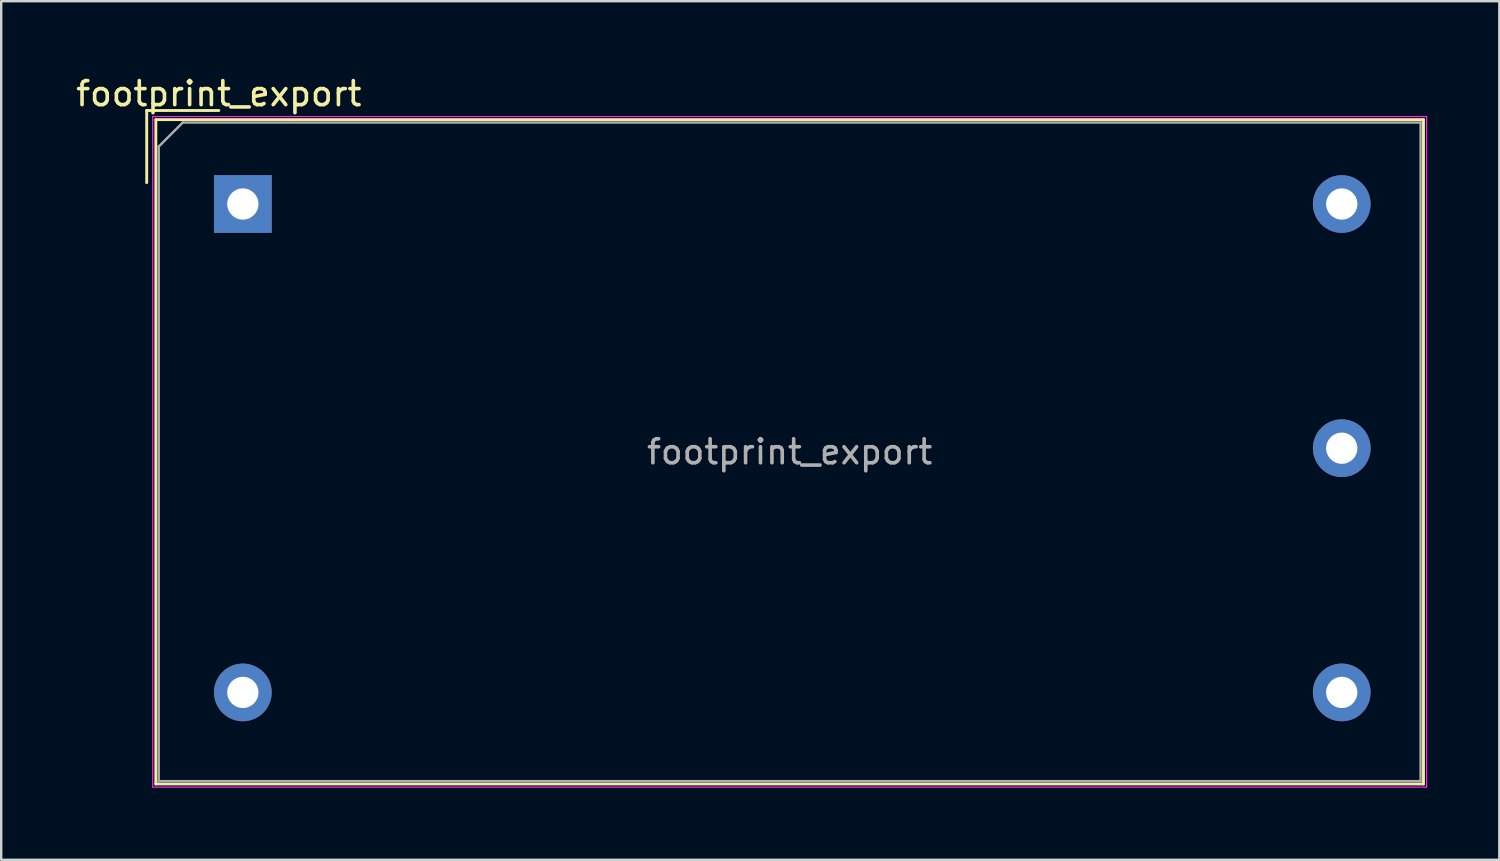
<source format=kicad_pcb>
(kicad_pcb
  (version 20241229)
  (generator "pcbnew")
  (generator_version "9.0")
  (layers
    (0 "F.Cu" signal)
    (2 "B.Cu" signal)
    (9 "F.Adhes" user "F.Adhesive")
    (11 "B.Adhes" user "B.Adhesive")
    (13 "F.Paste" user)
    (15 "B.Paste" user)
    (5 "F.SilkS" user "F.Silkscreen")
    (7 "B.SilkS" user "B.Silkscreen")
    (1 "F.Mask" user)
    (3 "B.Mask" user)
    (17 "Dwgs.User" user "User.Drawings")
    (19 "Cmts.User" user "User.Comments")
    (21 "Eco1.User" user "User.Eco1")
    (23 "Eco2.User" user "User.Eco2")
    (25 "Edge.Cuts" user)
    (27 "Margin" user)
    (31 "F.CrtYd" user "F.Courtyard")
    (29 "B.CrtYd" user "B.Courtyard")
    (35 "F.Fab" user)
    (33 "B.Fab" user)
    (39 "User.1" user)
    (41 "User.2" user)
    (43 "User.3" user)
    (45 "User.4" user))
  (footprint "footprint_export"
    (layer "F.Cu")
    (at 7.054 5.438)
    (property "Reference" "footprint_export" (at -1 -4.59 0) (layer "F.SilkS") (effects (font (size 1 1) (thickness 0.15))))
    (attr through_hole)
    (fp_line (start -4 -3.89) (end -1 -3.89) (stroke (width 0.12) (type solid)) (layer "F.SilkS"))
    (fp_line (start -4 -0.89) (end -4 -3.89) (stroke (width 0.12) (type solid)) (layer "F.SilkS"))
    (fp_line (start -3.62 -3.51) (end -3.62 24.13) (stroke (width 0.12) (type solid)) (layer "F.SilkS"))
    (fp_line (start -3.62 -3.51) (end 49.12 -3.51) (stroke (width 0.12) (type solid)) (layer "F.SilkS"))
    (fp_line (start -3.62 24.13) (end 49.12 24.13) (stroke (width 0.12) (type solid)) (layer "F.SilkS"))
    (fp_line (start 49.12 -3.51) (end 49.12 24.13) (stroke (width 0.12) (type solid)) (layer "F.SilkS"))
    (fp_line (start -3.75 -3.64) (end -3.75 24.26) (stroke (width 0.05) (type solid)) (layer "F.CrtYd"))
    (fp_line (start -3.75 -3.64) (end 49.25 -3.64) (stroke (width 0.05) (type solid)) (layer "F.CrtYd"))
    (fp_line (start -3.75 24.26) (end 49.25 24.26) (stroke (width 0.05) (type solid)) (layer "F.CrtYd"))
    (fp_line (start 49.25 -3.64) (end 49.25 24.26) (stroke (width 0.05) (type solid)) (layer "F.CrtYd"))
    (fp_line (start -3.5 -2.39) (end -2.5 -3.39) (stroke (width 0.1) (type solid)) (layer "F.Fab"))
    (fp_line (start -3.5 24.01) (end -3.5 -2.39) (stroke (width 0.1) (type solid)) (layer "F.Fab"))
    (fp_line (start -2.5 -3.39) (end 49 -3.39) (stroke (width 0.1) (type solid)) (layer "F.Fab"))
    (fp_line (start 49 -3.39) (end 49 24.01) (stroke (width 0.1) (type solid)) (layer "F.Fab"))
    (fp_line (start 49 24.01) (end -3.5 24.01) (stroke (width 0.1) (type solid)) (layer "F.Fab"))
    (fp_text user "${REFERENCE}" (at 22.75 10.31 0) (layer "F.Fab") (effects (font (size 1 1) (thickness 0.15))))
    (pad "1" thru_hole rect (at 0 0) (size 2.4 2.4) (drill 1.3) (layers "*.Cu" "*.Mask"))
    (pad "2" thru_hole circle (at 0 20.32) (size 2.4 2.4) (drill 1.3) (layers "*.Cu" "*.Mask"))
    (pad "3" thru_hole circle (at 45.72 20.32) (size 2.4 2.4) (drill 1.3) (layers "*.Cu" "*.Mask"))
    (pad "4" thru_hole circle (at 45.72 10.16) (size 2.4 2.4) (drill 1.3) (layers "*.Cu" "*.Mask"))
    (pad "5" thru_hole circle (at 45.72 0) (size 2.4 2.4) (drill 1.3) (layers "*.Cu" "*.Mask")))
  (gr_rect
    (start -3 -3)
    (end 59.329 32.723)
    (stroke (width 0.1) (type default))
    (fill no)
    (layer "Edge.Cuts")))
</source>
